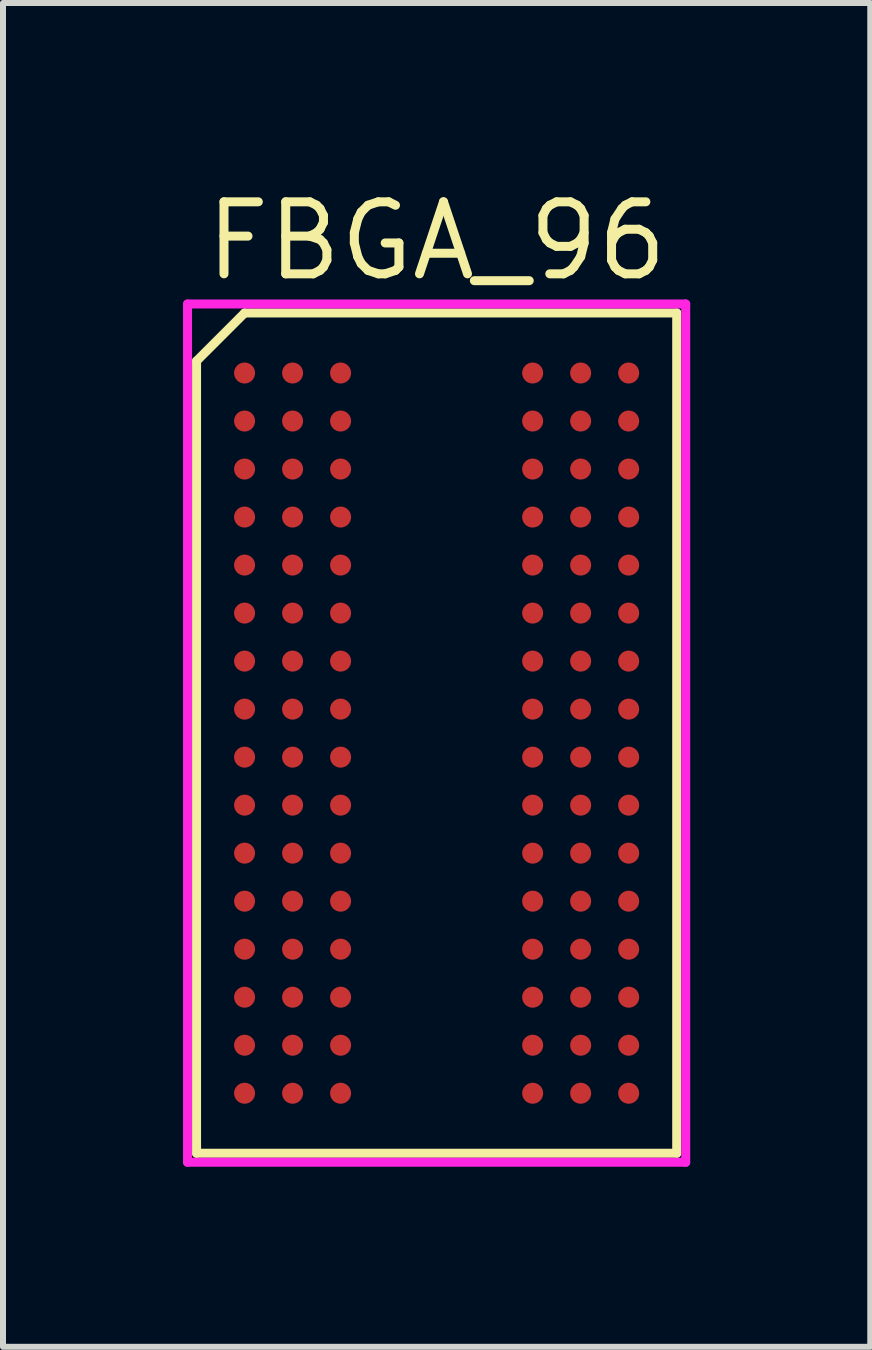
<source format=kicad_pcb>
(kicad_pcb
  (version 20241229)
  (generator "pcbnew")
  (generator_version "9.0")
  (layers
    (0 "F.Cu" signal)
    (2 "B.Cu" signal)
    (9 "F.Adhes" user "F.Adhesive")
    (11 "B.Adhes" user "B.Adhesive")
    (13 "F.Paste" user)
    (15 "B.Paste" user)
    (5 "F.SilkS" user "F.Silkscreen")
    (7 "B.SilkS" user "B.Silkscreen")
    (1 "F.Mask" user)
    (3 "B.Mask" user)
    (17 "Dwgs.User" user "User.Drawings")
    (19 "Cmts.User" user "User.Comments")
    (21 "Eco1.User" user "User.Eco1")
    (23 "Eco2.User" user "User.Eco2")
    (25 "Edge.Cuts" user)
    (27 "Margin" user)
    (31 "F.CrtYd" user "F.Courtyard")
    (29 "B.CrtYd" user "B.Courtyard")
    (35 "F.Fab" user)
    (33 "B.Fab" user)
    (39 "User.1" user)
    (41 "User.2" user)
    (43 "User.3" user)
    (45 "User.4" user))
  (footprint "FBGA_96"
    (layer "F.Cu")
    (at 4.225 9.165)
    (property "Reference" "FBGA_96" (at 0 -8.2 0) (layer "F.SilkS") (effects (font (size 1.2 1.2) (thickness 0.15))))
    (attr through_hole)
    (fp_line (start -4 -6.2) (end -4 7) (stroke (width 0.15) (type solid)) (layer "F.SilkS"))
    (fp_line (start -4 7) (end 4 7) (stroke (width 0.15) (type solid)) (layer "F.SilkS"))
    (fp_line (start -3.2 -7) (end -4 -6.2) (stroke (width 0.15) (type solid)) (layer "F.SilkS"))
    (fp_line (start 4 -7) (end -3.2 -7) (stroke (width 0.15) (type solid)) (layer "F.SilkS"))
    (fp_line (start 4 7) (end 4 -7) (stroke (width 0.15) (type solid)) (layer "F.SilkS"))
    (fp_line (start -4.15 -7.15) (end 4.15 -7.15) (stroke (width 0.15) (type solid)) (layer "F.CrtYd"))
    (fp_line (start -4.15 7.15) (end -4.15 -7.15) (stroke (width 0.15) (type solid)) (layer "F.CrtYd"))
    (fp_line (start 4.15 -7.15) (end 4.15 7.15) (stroke (width 0.15) (type solid)) (layer "F.CrtYd"))
    (fp_line (start 4.15 7.15) (end -4.15 7.15) (stroke (width 0.15) (type solid)) (layer "F.CrtYd"))
    (pad "A1" smd circle (at -3.2 -6) (size 0.35 0.35) (layers "F.Cu" "F.Mask" "F.Paste"))
    (pad "A2" smd circle (at -2.4 -6) (size 0.35 0.35) (layers "F.Cu" "F.Mask" "F.Paste"))
    (pad "A3" smd circle (at -1.6 -6) (size 0.35 0.35) (layers "F.Cu" "F.Mask" "F.Paste"))
    (pad "A7" smd circle (at 1.6 -6) (size 0.35 0.35) (layers "F.Cu" "F.Mask" "F.Paste"))
    (pad "A8" smd circle (at 2.4 -6) (size 0.35 0.35) (layers "F.Cu" "F.Mask" "F.Paste"))
    (pad "A9" smd circle (at 3.2 -6) (size 0.35 0.35) (layers "F.Cu" "F.Mask" "F.Paste"))
    (pad "B1" smd circle (at -3.2 -5.2) (size 0.35 0.35) (layers "F.Cu" "F.Mask" "F.Paste"))
    (pad "B2" smd circle (at -2.4 -5.2) (size 0.35 0.35) (layers "F.Cu" "F.Mask" "F.Paste"))
    (pad "B3" smd circle (at -1.6 -5.2) (size 0.35 0.35) (layers "F.Cu" "F.Mask" "F.Paste"))
    (pad "B7" smd circle (at 1.6 -5.2) (size 0.35 0.35) (layers "F.Cu" "F.Mask" "F.Paste"))
    (pad "B8" smd circle (at 2.4 -5.2) (size 0.35 0.35) (layers "F.Cu" "F.Mask" "F.Paste"))
    (pad "B9" smd circle (at 3.2 -5.2) (size 0.35 0.35) (layers "F.Cu" "F.Mask" "F.Paste"))
    (pad "C1" smd circle (at -3.2 -4.4) (size 0.35 0.35) (layers "F.Cu" "F.Mask" "F.Paste"))
    (pad "C2" smd circle (at -2.4 -4.4) (size 0.35 0.35) (layers "F.Cu" "F.Mask" "F.Paste"))
    (pad "C3" smd circle (at -1.6 -4.4) (size 0.35 0.35) (layers "F.Cu" "F.Mask" "F.Paste"))
    (pad "C7" smd circle (at 1.6 -4.4) (size 0.35 0.35) (layers "F.Cu" "F.Mask" "F.Paste"))
    (pad "C8" smd circle (at 2.4 -4.4) (size 0.35 0.35) (layers "F.Cu" "F.Mask" "F.Paste"))
    (pad "C9" smd circle (at 3.2 -4.4) (size 0.35 0.35) (layers "F.Cu" "F.Mask" "F.Paste"))
    (pad "D1" smd circle (at -3.2 -3.6) (size 0.35 0.35) (layers "F.Cu" "F.Mask" "F.Paste"))
    (pad "D2" smd circle (at -2.4 -3.6) (size 0.35 0.35) (layers "F.Cu" "F.Mask" "F.Paste"))
    (pad "D3" smd circle (at -1.6 -3.6) (size 0.35 0.35) (layers "F.Cu" "F.Mask" "F.Paste"))
    (pad "D7" smd circle (at 1.6 -3.6) (size 0.35 0.35) (layers "F.Cu" "F.Mask" "F.Paste"))
    (pad "D8" smd circle (at 2.4 -3.6) (size 0.35 0.35) (layers "F.Cu" "F.Mask" "F.Paste"))
    (pad "D9" smd circle (at 3.2 -3.6) (size 0.35 0.35) (layers "F.Cu" "F.Mask" "F.Paste"))
    (pad "E1" smd circle (at -3.2 -2.8) (size 0.35 0.35) (layers "F.Cu" "F.Mask" "F.Paste"))
    (pad "E2" smd circle (at -2.4 -2.8) (size 0.35 0.35) (layers "F.Cu" "F.Mask" "F.Paste"))
    (pad "E3" smd circle (at -1.6 -2.8) (size 0.35 0.35) (layers "F.Cu" "F.Mask" "F.Paste"))
    (pad "E7" smd circle (at 1.6 -2.8) (size 0.35 0.35) (layers "F.Cu" "F.Mask" "F.Paste"))
    (pad "E8" smd circle (at 2.4 -2.8) (size 0.35 0.35) (layers "F.Cu" "F.Mask" "F.Paste"))
    (pad "E9" smd circle (at 3.2 -2.8) (size 0.35 0.35) (layers "F.Cu" "F.Mask" "F.Paste"))
    (pad "F1" smd circle (at -3.2 -2) (size 0.35 0.35) (layers "F.Cu" "F.Mask" "F.Paste"))
    (pad "F2" smd circle (at -2.4 -2) (size 0.35 0.35) (layers "F.Cu" "F.Mask" "F.Paste"))
    (pad "F3" smd circle (at -1.6 -2) (size 0.35 0.35) (layers "F.Cu" "F.Mask" "F.Paste"))
    (pad "F7" smd circle (at 1.6 -2) (size 0.35 0.35) (layers "F.Cu" "F.Mask" "F.Paste"))
    (pad "F8" smd circle (at 2.4 -2) (size 0.35 0.35) (layers "F.Cu" "F.Mask" "F.Paste"))
    (pad "F9" smd circle (at 3.2 -2) (size 0.35 0.35) (layers "F.Cu" "F.Mask" "F.Paste"))
    (pad "G1" smd circle (at -3.2 -1.2) (size 0.35 0.35) (layers "F.Cu" "F.Mask" "F.Paste"))
    (pad "G2" smd circle (at -2.4 -1.2) (size 0.35 0.35) (layers "F.Cu" "F.Mask" "F.Paste"))
    (pad "G3" smd circle (at -1.6 -1.2) (size 0.35 0.35) (layers "F.Cu" "F.Mask" "F.Paste"))
    (pad "G7" smd circle (at 1.6 -1.2) (size 0.35 0.35) (layers "F.Cu" "F.Mask" "F.Paste"))
    (pad "G8" smd circle (at 2.4 -1.2) (size 0.35 0.35) (layers "F.Cu" "F.Mask" "F.Paste"))
    (pad "G9" smd circle (at 3.2 -1.2) (size 0.35 0.35) (layers "F.Cu" "F.Mask" "F.Paste"))
    (pad "H1" smd circle (at -3.2 -0.4) (size 0.35 0.35) (layers "F.Cu" "F.Mask" "F.Paste"))
    (pad "H2" smd circle (at -2.4 -0.4) (size 0.35 0.35) (layers "F.Cu" "F.Mask" "F.Paste"))
    (pad "H3" smd circle (at -1.6 -0.4) (size 0.35 0.35) (layers "F.Cu" "F.Mask" "F.Paste"))
    (pad "H7" smd circle (at 1.6 -0.4) (size 0.35 0.35) (layers "F.Cu" "F.Mask" "F.Paste"))
    (pad "H8" smd circle (at 2.4 -0.4) (size 0.35 0.35) (layers "F.Cu" "F.Mask" "F.Paste"))
    (pad "H9" smd circle (at 3.2 -0.4) (size 0.35 0.35) (layers "F.Cu" "F.Mask" "F.Paste"))
    (pad "J1" smd circle (at -3.2 0.4) (size 0.35 0.35) (layers "F.Cu" "F.Mask" "F.Paste"))
    (pad "J2" smd circle (at -2.4 0.4) (size 0.35 0.35) (layers "F.Cu" "F.Mask" "F.Paste"))
    (pad "J3" smd circle (at -1.6 0.4) (size 0.35 0.35) (layers "F.Cu" "F.Mask" "F.Paste"))
    (pad "J7" smd circle (at 1.6 0.4) (size 0.35 0.35) (layers "F.Cu" "F.Mask" "F.Paste"))
    (pad "J8" smd circle (at 2.4 0.4) (size 0.35 0.35) (layers "F.Cu" "F.Mask" "F.Paste"))
    (pad "J9" smd circle (at 3.2 0.4) (size 0.35 0.35) (layers "F.Cu" "F.Mask" "F.Paste"))
    (pad "K1" smd circle (at -3.2 1.2) (size 0.35 0.35) (layers "F.Cu" "F.Mask" "F.Paste"))
    (pad "K2" smd circle (at -2.4 1.2) (size 0.35 0.35) (layers "F.Cu" "F.Mask" "F.Paste"))
    (pad "K3" smd circle (at -1.6 1.2) (size 0.35 0.35) (layers "F.Cu" "F.Mask" "F.Paste"))
    (pad "K7" smd circle (at 1.6 1.2) (size 0.35 0.35) (layers "F.Cu" "F.Mask" "F.Paste"))
    (pad "K8" smd circle (at 2.4 1.2) (size 0.35 0.35) (layers "F.Cu" "F.Mask" "F.Paste"))
    (pad "K9" smd circle (at 3.2 1.2) (size 0.35 0.35) (layers "F.Cu" "F.Mask" "F.Paste"))
    (pad "L1" smd circle (at -3.2 2) (size 0.35 0.35) (layers "F.Cu" "F.Mask" "F.Paste"))
    (pad "L2" smd circle (at -2.4 2) (size 0.35 0.35) (layers "F.Cu" "F.Mask" "F.Paste"))
    (pad "L3" smd circle (at -1.6 2) (size 0.35 0.35) (layers "F.Cu" "F.Mask" "F.Paste"))
    (pad "L7" smd circle (at 1.6 2) (size 0.35 0.35) (layers "F.Cu" "F.Mask" "F.Paste"))
    (pad "L8" smd circle (at 2.4 2) (size 0.35 0.35) (layers "F.Cu" "F.Mask" "F.Paste"))
    (pad "L9" smd circle (at 3.2 2) (size 0.35 0.35) (layers "F.Cu" "F.Mask" "F.Paste"))
    (pad "M1" smd circle (at -3.2 2.8) (size 0.35 0.35) (layers "F.Cu" "F.Mask" "F.Paste"))
    (pad "M2" smd circle (at -2.4 2.8) (size 0.35 0.35) (layers "F.Cu" "F.Mask" "F.Paste"))
    (pad "M3" smd circle (at -1.6 2.8) (size 0.35 0.35) (layers "F.Cu" "F.Mask" "F.Paste"))
    (pad "M7" smd circle (at 1.6 2.8) (size 0.35 0.35) (layers "F.Cu" "F.Mask" "F.Paste"))
    (pad "M8" smd circle (at 2.4 2.8) (size 0.35 0.35) (layers "F.Cu" "F.Mask" "F.Paste"))
    (pad "M9" smd circle (at 3.2 2.8) (size 0.35 0.35) (layers "F.Cu" "F.Mask" "F.Paste"))
    (pad "N1" smd circle (at -3.2 3.6) (size 0.35 0.35) (layers "F.Cu" "F.Mask" "F.Paste"))
    (pad "N2" smd circle (at -2.4 3.6) (size 0.35 0.35) (layers "F.Cu" "F.Mask" "F.Paste"))
    (pad "N3" smd circle (at -1.6 3.6) (size 0.35 0.35) (layers "F.Cu" "F.Mask" "F.Paste"))
    (pad "N7" smd circle (at 1.6 3.6) (size 0.35 0.35) (layers "F.Cu" "F.Mask" "F.Paste"))
    (pad "N8" smd circle (at 2.4 3.6) (size 0.35 0.35) (layers "F.Cu" "F.Mask" "F.Paste"))
    (pad "N9" smd circle (at 3.2 3.6) (size 0.35 0.35) (layers "F.Cu" "F.Mask" "F.Paste"))
    (pad "P1" smd circle (at -3.2 4.4) (size 0.35 0.35) (layers "F.Cu" "F.Mask" "F.Paste"))
    (pad "P2" smd circle (at -2.4 4.4) (size 0.35 0.35) (layers "F.Cu" "F.Mask" "F.Paste"))
    (pad "P3" smd circle (at -1.6 4.4) (size 0.35 0.35) (layers "F.Cu" "F.Mask" "F.Paste"))
    (pad "P7" smd circle (at 1.6 4.4) (size 0.35 0.35) (layers "F.Cu" "F.Mask" "F.Paste"))
    (pad "P8" smd circle (at 2.4 4.4) (size 0.35 0.35) (layers "F.Cu" "F.Mask" "F.Paste"))
    (pad "P9" smd circle (at 3.2 4.4) (size 0.35 0.35) (layers "F.Cu" "F.Mask" "F.Paste"))
    (pad "R1" smd circle (at -3.2 5.2) (size 0.35 0.35) (layers "F.Cu" "F.Mask" "F.Paste"))
    (pad "R2" smd circle (at -2.4 5.2) (size 0.35 0.35) (layers "F.Cu" "F.Mask" "F.Paste"))
    (pad "R3" smd circle (at -1.6 5.2) (size 0.35 0.35) (layers "F.Cu" "F.Mask" "F.Paste"))
    (pad "R7" smd circle (at 1.6 5.2) (size 0.35 0.35) (layers "F.Cu" "F.Mask" "F.Paste"))
    (pad "R8" smd circle (at 2.4 5.2) (size 0.35 0.35) (layers "F.Cu" "F.Mask" "F.Paste"))
    (pad "R9" smd circle (at 3.2 5.2) (size 0.35 0.35) (layers "F.Cu" "F.Mask" "F.Paste"))
    (pad "T1" smd circle (at -3.2 6) (size 0.35 0.35) (layers "F.Cu" "F.Mask" "F.Paste"))
    (pad "T2" smd circle (at -2.4 6) (size 0.35 0.35) (layers "F.Cu" "F.Mask" "F.Paste"))
    (pad "T3" smd circle (at -1.6 6) (size 0.35 0.35) (layers "F.Cu" "F.Mask" "F.Paste"))
    (pad "T7" smd circle (at 1.6 6) (size 0.35 0.35) (layers "F.Cu" "F.Mask" "F.Paste"))
    (pad "T8" smd circle (at 2.4 6) (size 0.35 0.35) (layers "F.Cu" "F.Mask" "F.Paste"))
    (pad "T9" smd circle (at 3.2 6) (size 0.35 0.35) (layers "F.Cu" "F.Mask" "F.Paste")))
  (gr_rect
    (start -3 -3)
    (end 11.45 19.39)
    (stroke (width 0.1) (type default))
    (fill no)
    (layer "Edge.Cuts")))
</source>
